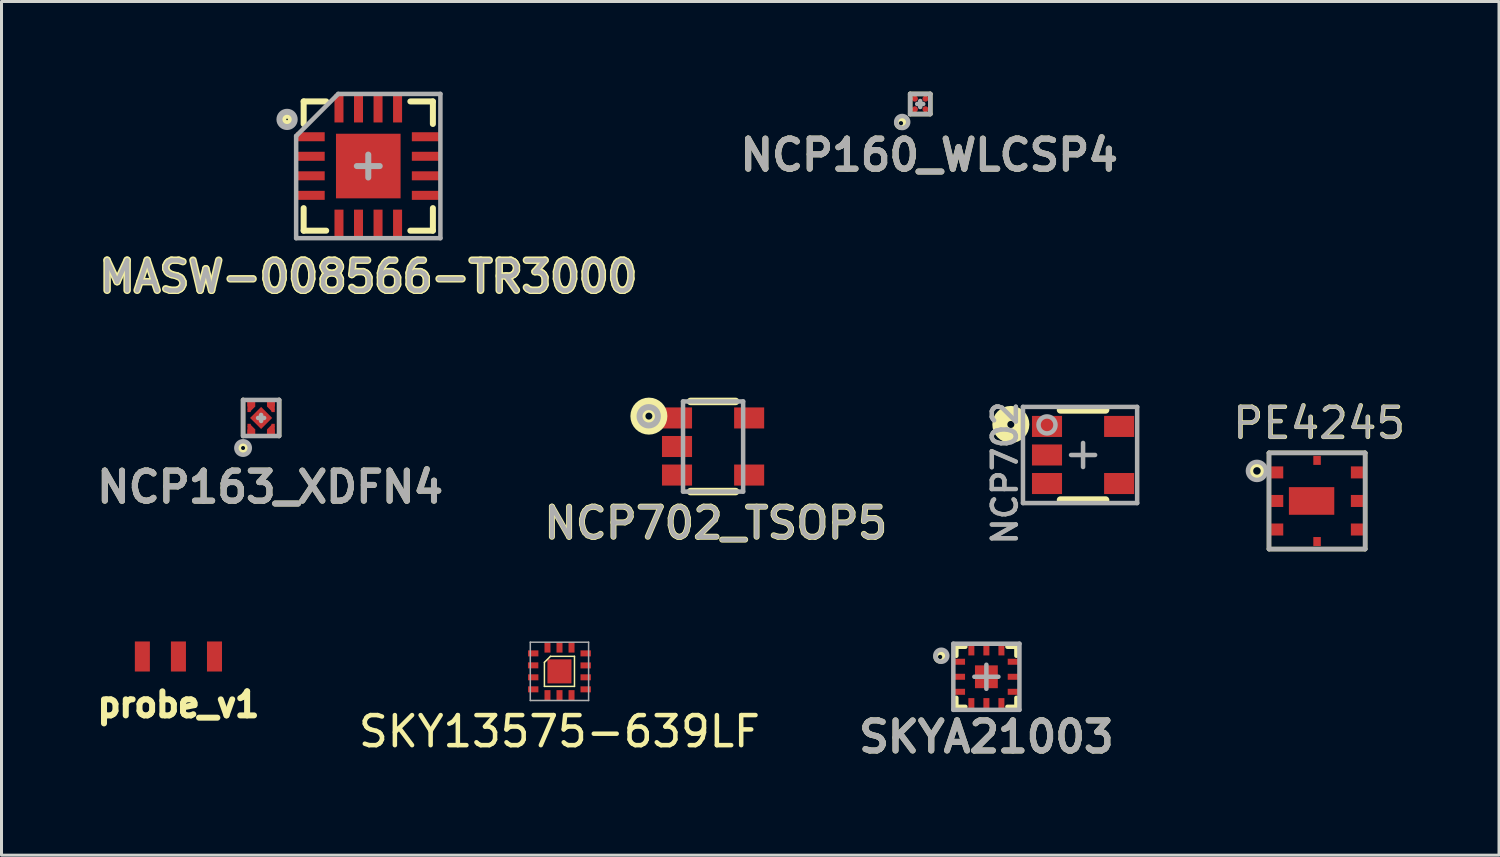
<source format=kicad_pcb>
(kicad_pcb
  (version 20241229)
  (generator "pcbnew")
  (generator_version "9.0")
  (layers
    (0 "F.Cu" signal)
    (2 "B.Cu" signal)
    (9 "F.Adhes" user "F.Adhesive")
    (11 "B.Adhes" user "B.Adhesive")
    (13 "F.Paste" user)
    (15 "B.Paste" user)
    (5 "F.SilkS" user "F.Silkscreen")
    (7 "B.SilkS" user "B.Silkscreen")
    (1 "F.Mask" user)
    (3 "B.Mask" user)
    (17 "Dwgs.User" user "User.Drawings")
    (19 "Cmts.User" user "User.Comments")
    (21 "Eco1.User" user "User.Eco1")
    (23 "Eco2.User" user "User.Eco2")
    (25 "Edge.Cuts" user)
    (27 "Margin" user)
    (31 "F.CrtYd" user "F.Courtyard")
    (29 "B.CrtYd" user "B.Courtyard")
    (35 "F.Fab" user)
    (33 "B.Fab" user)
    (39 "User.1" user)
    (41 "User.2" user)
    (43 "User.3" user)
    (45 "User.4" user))
  (footprint "SKY13575-639LF"
    (layer "F.Cu")
    (at 15.565 19.289)
    (property "Reference" "SKY13575-639LF" (at 0 2 0) (layer "F.SilkS") (effects (font (size 1 1) (thickness 0.15))))
    (attr smd)
    (fp_line (start -0.5 -0.3) (end -0.3 -0.5) (stroke (width 0.05) (type solid)) (layer "F.SilkS"))
    (fp_line (start -0.5 0.5) (end -0.5 -0.3) (stroke (width 0.05) (type solid)) (layer "F.SilkS"))
    (fp_line (start -0.5 0.5) (end 0.5 0.5) (stroke (width 0.05) (type solid)) (layer "F.SilkS"))
    (fp_line (start -0.3 -0.5) (end 0.5 -0.5) (stroke (width 0.05) (type solid)) (layer "F.SilkS"))
    (fp_line (start 0.5 0.5) (end 0.5 -0.5) (stroke (width 0.05) (type solid)) (layer "F.SilkS"))
    (fp_line (start -0.97 -0.97) (end 0.97 -0.97) (stroke (width 0.05) (type solid)) (layer "F.Fab"))
    (fp_line (start -0.97 0.97) (end -0.97 -0.97) (stroke (width 0.05) (type solid)) (layer "F.Fab"))
    (fp_line (start 0.97 -0.97) (end 0.97 0.97) (stroke (width 0.05) (type solid)) (layer "F.Fab"))
    (fp_line (start 0.97 0.97) (end -0.97 0.97) (stroke (width 0.05) (type solid)) (layer "F.Fab"))
    (pad "1" smd rect (at -0.873 -0.598) (size 0.345 0.2) (layers "F.Cu" "F.Mask" "F.Paste"))
    (pad "1" smd rect (at 0 0) (size 0.8 0.8) (layers "F.Cu" "F.Mask" "F.Paste"))
    (pad "2" smd rect (at -0.875 -0.2) (size 0.345 0.2) (layers "F.Cu" "F.Mask" "F.Paste"))
    (pad "3" smd rect (at -0.873 0.198) (size 0.345 0.2) (layers "F.Cu" "F.Mask" "F.Paste"))
    (pad "4" smd rect (at -0.873 0.598) (size 0.345 0.2) (layers "F.Cu" "F.Mask" "F.Paste"))
    (pad "5" smd rect (at -0.398 0.797) (size 0.2 0.345) (layers "F.Cu" "F.Mask" "F.Paste"))
    (pad "6" smd rect (at 0.002 0.797) (size 0.2 0.345) (layers "F.Cu" "F.Mask" "F.Paste"))
    (pad "7" smd rect (at 0.402 0.797) (size 0.2 0.345) (layers "F.Cu" "F.Mask" "F.Paste"))
    (pad "8" smd rect (at 0.873 0.598) (size 0.345 0.2) (layers "F.Cu" "F.Mask" "F.Paste"))
    (pad "9" smd rect (at 0.873 0.198) (size 0.345 0.2) (layers "F.Cu" "F.Mask" "F.Paste"))
    (pad "10" smd rect (at 0.873 -0.198) (size 0.345 0.2) (layers "F.Cu" "F.Mask" "F.Paste"))
    (pad "11" smd rect (at 0.873 -0.598) (size 0.345 0.2) (layers "F.Cu" "F.Mask" "F.Paste"))
    (pad "12" smd rect (at 0.402 -0.797) (size 0.2 0.345) (layers "F.Cu" "F.Mask" "F.Paste"))
    (pad "13" smd rect (at 0.002 -0.797) (size 0.2 0.345) (layers "F.Cu" "F.Mask" "F.Paste"))
    (pad "14" smd rect (at -0.398 -0.797) (size 0.2 0.345) (layers "F.Cu" "F.Mask" "F.Paste")))
  (footprint "NCP163_XDFN4"
    (layer "F.Cu")
    (at 5.638 10.857)
    (property "Reference" "NCP163_XDFN4" (at 0.3 2.3 0) (layer "F.SilkS") (effects (font (size 1 1) (thickness 0.2))))
    (attr through_hole)
    (fp_line (start -0.6 -0.6) (end -0.6 0.6) (stroke (width 0.15) (type solid)) (layer "F.SilkS"))
    (fp_line (start 0.6 -0.6) (end 0.6 0.6) (stroke (width 0.15) (type solid)) (layer "F.SilkS"))
    (fp_circle (center -0.6 1) (end -0.7 0.9) (stroke (width 0.15) (type solid)) (fill no) (layer "F.SilkS"))
    (fp_line (start -0.6 -0.6) (end -0.6 0.6) (stroke (width 0.15) (type solid)) (layer "F.Fab"))
    (fp_line (start -0.1 0) (end 0.1 0) (stroke (width 0.15) (type solid)) (layer "F.Fab"))
    (fp_line (start 0 -0.1) (end 0 0.1) (stroke (width 0.15) (type solid)) (layer "F.Fab"))
    (fp_line (start 0.6 -0.6) (end -0.6 -0.6) (stroke (width 0.15) (type solid)) (layer "F.Fab"))
    (fp_line (start 0.6 -0.6) (end 0.6 0.6) (stroke (width 0.15) (type solid)) (layer "F.Fab"))
    (fp_line (start 0.6 0.6) (end -0.6 0.6) (stroke (width 0.15) (type solid)) (layer "F.Fab"))
    (fp_circle (center -0.6 1) (end -0.4 0.9) (stroke (width 0.15) (type solid)) (fill no) (layer "F.Fab"))
    (fp_text user "${REFERENCE}" (at 0.3 2.3 0) (layer "F.Fab") (effects (font (size 1 1) (thickness 0.2))))
    (pad "1" smd rect (at -0.4 0.405) (size 0.11 0.42) (layers "F.Cu" "F.Mask" "F.Paste"))
    (pad "1" smd rect (at -0.325 0.335 45) (size 0.12 0.25) (layers "F.Cu" "F.Mask" "F.Paste"))
    (pad "1" smd rect (at -0.325 0.502) (size 0.26 0.24) (layers "F.Cu" "F.Mask" "F.Paste"))
    (pad "2" smd rect (at 0 0 45) (size 0.52 0.52) (layers "F.Cu" "F.Mask" "F.Paste"))
    (pad "2" smd rect (at 0.325 0.502) (size 0.26 0.24) (layers "F.Cu" "F.Mask" "F.Paste"))
    (pad "2" smd rect (at 0.325 0.335 315) (size 0.12 0.25) (layers "F.Cu" "F.Mask" "F.Paste"))
    (pad "2" smd rect (at 0.4 0.405) (size 0.11 0.42) (layers "F.Cu" "F.Mask" "F.Paste"))
    (pad "3" smd rect (at 0.325 -0.502) (size 0.26 0.24) (layers "F.Cu" "F.Mask" "F.Paste"))
    (pad "3" smd rect (at 0.325 -0.335 45) (size 0.12 0.25) (layers "F.Cu" "F.Mask" "F.Paste"))
    (pad "3" smd rect (at 0.4 -0.405) (size 0.11 0.42) (layers "F.Cu" "F.Mask" "F.Paste"))
    (pad "4" smd rect (at -0.4 -0.405) (size 0.11 0.42) (layers "F.Cu" "F.Mask" "F.Paste"))
    (pad "4" smd rect (at -0.325 -0.335 315) (size 0.12 0.25) (layers "F.Cu" "F.Mask" "F.Paste"))
    (pad "4" smd rect (at -0.325 -0.502) (size 0.26 0.24) (layers "F.Cu" "F.Mask" "F.Paste")))
  (footprint "PE4245"
    (layer "F.Cu")
    (at 40.774 13.619)
    (property "Reference" "PE4245" (at 0.072 -2.589 0) (layer "F.SilkS") (effects (font (size 1 1) (thickness 0.15))))
    (attr smd)
    (fp_line (start -1.6 -1.6) (end -1.6 1.6) (stroke (width 0.15) (type solid)) (layer "F.SilkS"))
    (fp_line (start -1.6 -1.6) (end 1.6 -1.6) (stroke (width 0.15) (type solid)) (layer "F.SilkS"))
    (fp_line (start -1.6 1.6) (end 1.6 1.6) (stroke (width 0.15) (type solid)) (layer "F.SilkS"))
    (fp_line (start 1.6 -1.6) (end 1.6 1.6) (stroke (width 0.15) (type solid)) (layer "F.SilkS"))
    (fp_circle (center -2 -1) (end -1.8 -1) (stroke (width 0.15) (type solid)) (fill no) (layer "F.SilkS"))
    (fp_line (start -1.6 1.6) (end -1.6 -1.6) (stroke (width 0.15) (type solid)) (layer "F.Fab"))
    (fp_line (start 1.6 -1.6) (end -1.6 -1.6) (stroke (width 0.15) (type solid)) (layer "F.Fab"))
    (fp_line (start 1.6 1.6) (end -1.6 1.6) (stroke (width 0.15) (type solid)) (layer "F.Fab"))
    (fp_line (start 1.6 1.6) (end 1.6 -1.6) (stroke (width 0.15) (type solid)) (layer "F.Fab"))
    (fp_circle (center -2 -1) (end -1.7 -1) (stroke (width 0.15) (type solid)) (fill no) (layer "F.Fab"))
    (fp_text user "${REFERENCE}" (at 0.059 -2.589 0) (layer "F.Fab") (effects (font (size 1 1) (thickness 0.12))))
    (pad "1" smd rect (at -1.325 -0.95) (size 0.4 0.4) (layers "F.Cu" "F.Mask" "F.Paste"))
    (pad "2" smd rect (at -1.325 0) (size 0.4 0.4) (layers "F.Cu" "F.Mask" "F.Paste"))
    (pad "2" smd rect (at -0.182 0) (size 1.51 0.92) (layers "F.Cu" "F.Mask" "F.Paste"))
    (pad "2" smd rect (at 0 -1.35) (size 0.25 0.3) (layers "F.Cu" "F.Mask" "F.Paste"))
    (pad "2" smd rect (at 0 1.35) (size 0.25 0.3) (layers "F.Cu" "F.Mask" "F.Paste"))
    (pad "3" smd rect (at -1.325 0.95) (size 0.4 0.4) (layers "F.Cu" "F.Mask" "F.Paste"))
    (pad "4" smd rect (at 1.325 0.95) (size 0.4 0.4) (layers "F.Cu" "F.Mask" "F.Paste"))
    (pad "5" smd rect (at 1.325 0) (size 0.4 0.4) (layers "F.Cu" "F.Mask" "F.Paste"))
    (pad "6" smd rect (at 1.325 -0.95) (size 0.4 0.4) (layers "F.Cu" "F.Mask" "F.Paste")))
  (footprint "SKYA21003"
    (layer "F.Cu")
    (at 29.771 19.469)
    (property "Reference" "SKYA21003" (at 0 2 0) (layer "F.SilkS") (effects (font (size 1 1) (thickness 0.2))))
    (attr through_hole)
    (fp_line (start -1 -1) (end -1 -0.7) (stroke (width 0.15) (type solid)) (layer "F.SilkS"))
    (fp_line (start -1 -1) (end -0.7 -1) (stroke (width 0.15) (type solid)) (layer "F.SilkS"))
    (fp_line (start -1 0.7) (end -1 1) (stroke (width 0.15) (type solid)) (layer "F.SilkS"))
    (fp_line (start -1 1) (end -0.7 1) (stroke (width 0.15) (type solid)) (layer "F.SilkS"))
    (fp_line (start 1 -1) (end 0.7 -1) (stroke (width 0.15) (type solid)) (layer "F.SilkS"))
    (fp_line (start 1 -0.7) (end 1 -1) (stroke (width 0.15) (type solid)) (layer "F.SilkS"))
    (fp_line (start 1 0.7) (end 1 1) (stroke (width 0.15) (type solid)) (layer "F.SilkS"))
    (fp_line (start 1 1) (end 0.7 1) (stroke (width 0.15) (type solid)) (layer "F.SilkS"))
    (fp_circle (center -1.54 -0.66) (end -1.433 -0.56) (stroke (width 0.152) (type solid)) (fill no) (layer "F.SilkS"))
    (fp_line (start -1.1 -1.1) (end -1.1 1.1) (stroke (width 0.15) (type solid)) (layer "F.Fab"))
    (fp_line (start -0.4 0) (end 0.4 0) (stroke (width 0.15) (type solid)) (layer "F.Fab"))
    (fp_line (start 0 -0.4) (end 0 0.4) (stroke (width 0.15) (type solid)) (layer "F.Fab"))
    (fp_line (start 1.1 -1.1) (end -1.1 -1.1) (stroke (width 0.15) (type solid)) (layer "F.Fab"))
    (fp_line (start 1.1 -1.1) (end 1.1 1.1) (stroke (width 0.15) (type solid)) (layer "F.Fab"))
    (fp_line (start 1.1 1.1) (end -1.1 1.1) (stroke (width 0.15) (type solid)) (layer "F.Fab"))
    (fp_circle (center -1.5 -0.7) (end -1.3 -0.7) (stroke (width 0.15) (type solid)) (fill no) (layer "F.Fab"))
    (fp_text user "${REFERENCE}" (at 0 2 0) (layer "F.Fab") (effects (font (size 1 1) (thickness 0.2))))
    (pad "1" smd rect (at -0.93 -0.5) (size 0.44 0.2) (layers "F.Cu" "F.Mask" "F.Paste"))
    (pad "1" smd rect (at 0 0) (size 0.76 0.76) (layers "F.Cu" "F.Mask" "F.Paste"))
    (pad "2" smd rect (at -0.93 0) (size 0.44 0.2) (layers "F.Cu" "F.Mask" "F.Paste"))
    (pad "3" smd rect (at -0.93 0.5) (size 0.44 0.2) (layers "F.Cu" "F.Mask" "F.Paste"))
    (pad "4" smd rect (at -0.5 0.93) (size 0.2 0.44) (layers "F.Cu" "F.Mask" "F.Paste"))
    (pad "5" smd rect (at 0 0.93) (size 0.2 0.44) (layers "F.Cu" "F.Mask" "F.Paste"))
    (pad "6" smd rect (at 0.5 0.93) (size 0.2 0.44) (layers "F.Cu" "F.Mask" "F.Paste"))
    (pad "7" smd rect (at 0.93 0.5) (size 0.44 0.2) (layers "F.Cu" "F.Mask" "F.Paste"))
    (pad "8" smd rect (at 0.93 0) (size 0.44 0.2) (layers "F.Cu" "F.Mask" "F.Paste"))
    (pad "9" smd rect (at 0.93 -0.5) (size 0.44 0.2) (layers "F.Cu" "F.Mask" "F.Paste"))
    (pad "10" smd rect (at 0.5 -0.93) (size 0.2 0.44) (layers "F.Cu" "F.Mask" "F.Paste"))
    (pad "11" smd rect (at 0 -0.93) (size 0.2 0.44) (layers "F.Cu" "F.Mask" "F.Paste"))
    (pad "12" smd rect (at -0.5 -0.93) (size 0.2 0.44) (layers "F.Cu" "F.Mask" "F.Paste")))
  (footprint "MASW-008566-TR3000"
    (layer "F.Cu")
    (at 9.204 2.475)
    (property "Reference" "MASW-008566-TR3000" (at 0 3.683 0) (layer "F.SilkS") (effects (font (size 1 1) (thickness 0.25))))
    (attr smd)
    (fp_line (start -2.15 -2.15) (end -1.4 -2.15) (stroke (width 0.2) (type solid)) (layer "F.SilkS"))
    (fp_line (start -2.15 -1.4) (end -2.15 -2.15) (stroke (width 0.2) (type solid)) (layer "F.SilkS"))
    (fp_line (start -2.15 1.4) (end -2.15 2.15) (stroke (width 0.2) (type solid)) (layer "F.SilkS"))
    (fp_line (start -2.15 2.15) (end -1.4 2.15) (stroke (width 0.2) (type solid)) (layer "F.SilkS"))
    (fp_line (start 1.4 -2.15) (end 2.15 -2.15) (stroke (width 0.2) (type solid)) (layer "F.SilkS"))
    (fp_line (start 2.15 -2.15) (end 2.15 -1.4) (stroke (width 0.2) (type solid)) (layer "F.SilkS"))
    (fp_line (start 2.15 1.4) (end 2.15 2.15) (stroke (width 0.2) (type solid)) (layer "F.SilkS"))
    (fp_line (start 2.15 2.15) (end 1.4 2.15) (stroke (width 0.2) (type solid)) (layer "F.SilkS"))
    (fp_circle (center -2.702 -1.552) (end -2.575 -1.552) (stroke (width 0.2) (type solid)) (fill no) (layer "F.SilkS"))
    (fp_line (start -2.4 -1) (end -1 -2.4) (stroke (width 0.15) (type solid)) (layer "F.Fab"))
    (fp_line (start -2.4 2.4) (end -2.4 -1) (stroke (width 0.15) (type solid)) (layer "F.Fab"))
    (fp_line (start -1 -2.4) (end 2.4 -2.4) (stroke (width 0.15) (type solid)) (layer "F.Fab"))
    (fp_line (start -0.381 0) (end 0.381 0) (stroke (width 0.2) (type solid)) (layer "F.Fab"))
    (fp_line (start 0 -0.381) (end 0 0.381) (stroke (width 0.2) (type solid)) (layer "F.Fab"))
    (fp_line (start 2.4 -2.4) (end 2.4 2.4) (stroke (width 0.15) (type solid)) (layer "F.Fab"))
    (fp_line (start 2.4 2.4) (end -2.4 2.4) (stroke (width 0.15) (type solid)) (layer "F.Fab"))
    (fp_circle (center -2.702 -1.552) (end -2.448 -1.552) (stroke (width 0.2) (type solid)) (fill no) (layer "F.Fab"))
    (fp_text user "${REFERENCE}" (at 0 3.683 0) (layer "F.Fab") (effects (font (size 1 1) (thickness 0.15))))
    (pad "1" smd rect (at -1.925 -0.975) (size 0.95 0.3) (layers "F.Cu" "F.Mask" "F.Paste"))
    (pad "2" smd rect (at -1.925 -0.325) (size 0.95 0.3) (layers "F.Cu" "F.Mask" "F.Paste"))
    (pad "3" smd rect (at -1.925 0.325) (size 0.95 0.3) (layers "F.Cu" "F.Mask" "F.Paste"))
    (pad "3" smd rect (at 0 0 90) (size 2.15 2.15) (layers "F.Cu" "F.Mask" "F.Paste"))
    (pad "4" smd rect (at -1.925 0.975) (size 0.95 0.3) (layers "F.Cu" "F.Mask" "F.Paste"))
    (pad "5" smd rect (at -0.975 1.925) (size 0.3 0.95) (layers "F.Cu" "F.Mask" "F.Paste"))
    (pad "6" smd rect (at -0.325 1.925) (size 0.3 0.95) (layers "F.Cu" "F.Mask" "F.Paste"))
    (pad "7" smd rect (at 0.325 1.925) (size 0.3 0.95) (layers "F.Cu" "F.Mask" "F.Paste"))
    (pad "8" smd rect (at 0.975 1.925) (size 0.3 0.95) (layers "F.Cu" "F.Mask" "F.Paste"))
    (pad "9" smd rect (at 1.925 0.975) (size 0.95 0.3) (layers "F.Cu" "F.Mask" "F.Paste"))
    (pad "10" smd rect (at 1.925 0.325) (size 0.95 0.3) (layers "F.Cu" "F.Mask" "F.Paste"))
    (pad "11" smd rect (at 1.925 -0.325) (size 0.95 0.3) (layers "F.Cu" "F.Mask" "F.Paste"))
    (pad "12" smd rect (at 1.925 -0.975) (size 0.95 0.3) (layers "F.Cu" "F.Mask" "F.Paste"))
    (pad "13" smd rect (at 0.975 -1.925) (size 0.3 0.95) (layers "F.Cu" "F.Mask" "F.Paste"))
    (pad "14" smd rect (at 0.325 -1.925) (size 0.3 0.95) (layers "F.Cu" "F.Mask" "F.Paste"))
    (pad "15" smd rect (at -0.325 -1.925) (size 0.3 0.95) (layers "F.Cu" "F.Mask" "F.Paste"))
    (pad "16" smd rect (at -0.975 -1.925) (size 0.3 0.95) (layers "F.Cu" "F.Mask" "F.Paste")))
  (footprint "NCP702_TSOP5"
    (layer "F.Cu")
    (at 20.677 11.807)
    (property "Reference" "NCP702_TSOP5" (at 0.09 2.55 0) (layer "F.SilkS") (effects (font (size 1 1) (thickness 0.2))))
    (attr smd)
    (fp_line (start -0.75 -1.5) (end 0.75 -1.5) (stroke (width 0.25) (type solid)) (layer "F.SilkS"))
    (fp_line (start -0.75 1.5) (end 0.75 1.5) (stroke (width 0.25) (type solid)) (layer "F.SilkS"))
    (fp_circle (center -2.136 -1.011) (end -2.035 -1.067) (stroke (width 0.5) (type solid)) (fill no) (layer "F.SilkS"))
    (fp_line (start -1 -1.5) (end 1 -1.5) (stroke (width 0.15) (type solid)) (layer "F.Fab"))
    (fp_line (start -1 1.5) (end -1 -1.5) (stroke (width 0.15) (type solid)) (layer "F.Fab"))
    (fp_line (start 1 -1.5) (end 1 1.5) (stroke (width 0.15) (type solid)) (layer "F.Fab"))
    (fp_line (start 1 1.5) (end -1 1.5) (stroke (width 0.15) (type solid)) (layer "F.Fab"))
    (fp_circle (center -2.141 -1.006) (end -1.946 -1.242) (stroke (width 0.2) (type solid)) (fill no) (layer "F.Fab"))
    (fp_text user "${REFERENCE}" (at 0.09 2.55 0) (layer "F.Fab") (effects (font (size 1 1) (thickness 0.15))))
    (pad "1" smd rect (at -1.2 -0.95) (size 1 0.7) (layers "F.Cu" "F.Mask" "F.Paste"))
    (pad "2" smd rect (at -1.2 0) (size 1 0.7) (layers "F.Cu" "F.Mask" "F.Paste"))
    (pad "3" smd rect (at -1.2 0.95) (size 1 0.7) (layers "F.Cu" "F.Mask" "F.Paste"))
    (pad "4" smd rect (at 1.2 0.95) (size 1 0.7) (layers "F.Cu" "F.Mask" "F.Paste"))
    (pad "5" smd rect (at 1.2 -0.95) (size 1 0.7) (layers "F.Cu" "F.Mask" "F.Paste")))
  (footprint "NCP160_WLCSP4"
    (layer "F.Cu")
    (at 27.569 0.41)
    (property "Reference" "NCP160_WLCSP4" (at 0.3 1.7 0) (layer "F.SilkS") (effects (font (size 1 1) (thickness 0.2))))
    (attr through_hole)
    (fp_line (start -0.335 -0.335) (end -0.335 0.335) (stroke (width 0.15) (type solid)) (layer "F.SilkS"))
    (fp_line (start -0.335 -0.335) (end 0.335 -0.335) (stroke (width 0.15) (type solid)) (layer "F.SilkS"))
    (fp_line (start -0.335 0.335) (end 0.335 0.335) (stroke (width 0.15) (type solid)) (layer "F.SilkS"))
    (fp_line (start 0.335 -0.335) (end 0.335 0.335) (stroke (width 0.15) (type solid)) (layer "F.SilkS"))
    (fp_circle (center -0.64 0.64) (end -0.533 0.74) (stroke (width 0.152) (type solid)) (fill no) (layer "F.SilkS"))
    (fp_line (start -0.335 -0.335) (end -0.335 0.335) (stroke (width 0.15) (type solid)) (layer "F.Fab"))
    (fp_line (start -0.335 -0.335) (end 0.335 -0.335) (stroke (width 0.15) (type solid)) (layer "F.Fab"))
    (fp_line (start -0.335 0.335) (end 0.335 0.335) (stroke (width 0.15) (type solid)) (layer "F.Fab"))
    (fp_line (start -0.1 0) (end 0.1 0) (stroke (width 0.15) (type solid)) (layer "F.Fab"))
    (fp_line (start 0 -0.1) (end 0 0.1) (stroke (width 0.15) (type solid)) (layer "F.Fab"))
    (fp_line (start 0.335 0.335) (end 0.335 -0.335) (stroke (width 0.15) (type solid)) (layer "F.Fab"))
    (fp_circle (center -0.6 0.6) (end -0.4 0.6) (stroke (width 0.15) (type solid)) (fill no) (layer "F.Fab"))
    (fp_text user "${REFERENCE}" (at 0.3 1.7 0) (layer "F.Fab") (effects (font (size 1 1) (thickness 0.2))))
    (pad "1" smd circle (at -0.175 0.175) (size 0.2 0.2) (layers "F.Cu" "F.Mask" "F.Paste"))
    (pad "2" smd circle (at 0.175 0.175) (size 0.2 0.2) (layers "F.Cu" "F.Mask" "F.Paste"))
    (pad "3" smd circle (at 0.175 -0.175) (size 0.2 0.2) (layers "F.Cu" "F.Mask" "F.Paste"))
    (pad "4" smd circle (at -0.175 -0.175) (size 0.2 0.2) (layers "F.Cu" "F.Mask" "F.Paste")))
  (footprint "NCP702"
    (layer "F.Cu")
    (at 32.988 12.089)
    (property "Reference" "NCP702" (at -2.6 0.6 90) (layer "F.SilkS") (effects (font (size 0.8 0.8) (thickness 0.125))))
    (attr smd)
    (fp_line (start -0.75 -1.5) (end 0.75 -1.5) (stroke (width 0.25) (type solid)) (layer "F.SilkS"))
    (fp_line (start -0.75 1.5) (end 0.75 1.5) (stroke (width 0.25) (type solid)) (layer "F.SilkS"))
    (fp_circle (center -2.403 -1.016) (end -2.301 -1.072) (stroke (width 0.5) (type solid)) (fill no) (layer "F.SilkS"))
    (fp_line (start -2 -1.6) (end 1.8 -1.6) (stroke (width 0.15) (type solid)) (layer "F.Fab"))
    (fp_line (start -2 1.6) (end -2 -1.6) (stroke (width 0.15) (type solid)) (layer "F.Fab"))
    (fp_line (start -0.4 0) (end 0.4 0) (stroke (width 0.15) (type solid)) (layer "F.Fab"))
    (fp_line (start 0 -0.4) (end 0 0.4) (stroke (width 0.15) (type solid)) (layer "F.Fab"))
    (fp_line (start 1.8 -1.6) (end 1.8 1.6) (stroke (width 0.15) (type solid)) (layer "F.Fab"))
    (fp_line (start 1.8 1.6) (end -2 1.6) (stroke (width 0.15) (type solid)) (layer "F.Fab"))
    (fp_circle (center -1.2 -1) (end -1 -0.8) (stroke (width 0.15) (type solid)) (fill no) (layer "F.Fab"))
    (fp_text user "${REFERENCE}" (at -2.6 0.6 90) (layer "F.Fab") (effects (font (size 0.8 0.8) (thickness 0.15))))
    (pad "1" smd rect (at -1.2 -0.95) (size 1 0.7) (layers "F.Cu" "F.Mask" "F.Paste"))
    (pad "2" smd rect (at -1.2 0) (size 1 0.7) (layers "F.Cu" "F.Mask" "F.Paste"))
    (pad "3" smd rect (at -1.2 0.95) (size 1 0.7) (layers "F.Cu" "F.Mask" "F.Paste"))
    (pad "4" smd rect (at 1.2 0.95) (size 1 0.7) (layers "F.Cu" "F.Mask" "F.Paste"))
    (pad "5" smd rect (at 1.2 -0.95) (size 1 0.7) (layers "F.Cu" "F.Mask" "F.Paste")))
  (footprint "probe_v1"
    (layer "F.Cu")
    (at 2.887 18.794)
    (property "Reference" "probe_v1" (at 0 1.6 0) (layer "F.SilkS") (effects (font (size 0.8 0.8) (thickness 0.2))))
    (attr smd)
    (pad "1" smd rect (at -1.2 0) (size 0.5 1) (layers "F.Cu" "F.Mask"))
    (pad "2" smd rect (at 0 0) (size 0.5 1) (layers "F.Cu" "F.Mask"))
    (pad "3" smd rect (at 1.2 0) (size 0.5 1) (layers "F.Cu" "F.Mask")))
  (gr_rect
    (start -3 -3)
    (end 46.828 25.405)
    (stroke (width 0.1) (type default))
    (fill no)
    (layer "Edge.Cuts")))
</source>
